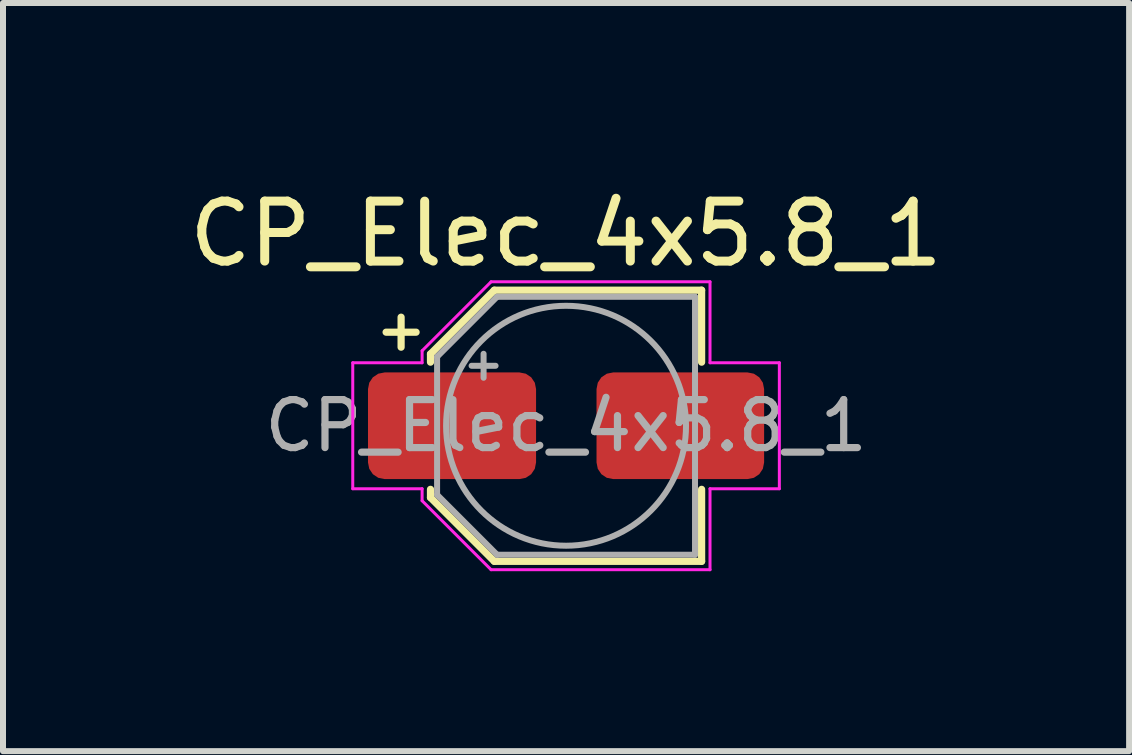
<source format=kicad_pcb>
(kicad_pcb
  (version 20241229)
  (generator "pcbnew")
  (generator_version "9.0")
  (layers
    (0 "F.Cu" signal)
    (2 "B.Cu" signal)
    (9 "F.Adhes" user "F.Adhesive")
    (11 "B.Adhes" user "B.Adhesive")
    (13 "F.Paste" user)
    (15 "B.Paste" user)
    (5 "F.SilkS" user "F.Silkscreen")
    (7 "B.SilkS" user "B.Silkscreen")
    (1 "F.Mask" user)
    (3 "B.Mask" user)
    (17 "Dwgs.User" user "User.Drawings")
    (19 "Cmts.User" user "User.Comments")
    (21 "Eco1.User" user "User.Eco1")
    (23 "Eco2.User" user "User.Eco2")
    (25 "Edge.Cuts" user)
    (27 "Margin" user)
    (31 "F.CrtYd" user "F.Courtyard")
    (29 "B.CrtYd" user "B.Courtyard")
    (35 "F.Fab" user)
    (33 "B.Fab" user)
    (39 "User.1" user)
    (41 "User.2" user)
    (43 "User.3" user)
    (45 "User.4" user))
  (footprint "CP_Elec_4x5.8_1"
    (layer "F.Cu")
    (at 6.387 4.048)
    (property "Reference" "CP_Elec_4x5.8_1" (at 0 -3.2 0) (layer "F.SilkS") (effects (font (size 1 1) (thickness 0.15))))
    (attr smd)
    (fp_line (start -3 -1.56) (end -2.5 -1.56) (stroke (width 0.12) (type solid)) (layer "F.SilkS"))
    (fp_line (start -2.75 -1.81) (end -2.75 -1.31) (stroke (width 0.12) (type solid)) (layer "F.SilkS"))
    (fp_line (start -2.26 -1.196) (end -2.26 -1.06) (stroke (width 0.12) (type solid)) (layer "F.SilkS"))
    (fp_line (start -2.26 -1.196) (end -1.196 -2.26) (stroke (width 0.12) (type solid)) (layer "F.SilkS"))
    (fp_line (start -2.26 1.196) (end -2.26 1.06) (stroke (width 0.12) (type solid)) (layer "F.SilkS"))
    (fp_line (start -2.26 1.196) (end -1.196 2.26) (stroke (width 0.12) (type solid)) (layer "F.SilkS"))
    (fp_line (start -1.196 -2.26) (end 2.26 -2.26) (stroke (width 0.12) (type solid)) (layer "F.SilkS"))
    (fp_line (start -1.196 2.26) (end 2.26 2.26) (stroke (width 0.12) (type solid)) (layer "F.SilkS"))
    (fp_line (start 2.26 -2.26) (end 2.26 -1.06) (stroke (width 0.12) (type solid)) (layer "F.SilkS"))
    (fp_line (start 2.26 2.26) (end 2.26 1.06) (stroke (width 0.12) (type solid)) (layer "F.SilkS"))
    (fp_line (start -3.556 -1.05) (end -3.556 1.05) (stroke (width 0.05) (type solid)) (layer "F.CrtYd"))
    (fp_line (start -3.556 1.05) (end -2.4 1.05) (stroke (width 0.05) (type solid)) (layer "F.CrtYd"))
    (fp_line (start -2.4 -1.25) (end -2.4 -1.05) (stroke (width 0.05) (type solid)) (layer "F.CrtYd"))
    (fp_line (start -2.4 -1.25) (end -1.25 -2.4) (stroke (width 0.05) (type solid)) (layer "F.CrtYd"))
    (fp_line (start -2.4 -1.05) (end -3.556 -1.05) (stroke (width 0.05) (type solid)) (layer "F.CrtYd"))
    (fp_line (start -2.4 1.05) (end -2.4 1.25) (stroke (width 0.05) (type solid)) (layer "F.CrtYd"))
    (fp_line (start -2.4 1.25) (end -1.25 2.4) (stroke (width 0.05) (type solid)) (layer "F.CrtYd"))
    (fp_line (start -1.25 -2.4) (end 2.4 -2.4) (stroke (width 0.05) (type solid)) (layer "F.CrtYd"))
    (fp_line (start -1.25 2.4) (end 2.4 2.4) (stroke (width 0.05) (type solid)) (layer "F.CrtYd"))
    (fp_line (start 2.4 -2.4) (end 2.4 -1.05) (stroke (width 0.05) (type solid)) (layer "F.CrtYd"))
    (fp_line (start 2.4 -1.05) (end 3.556 -1.05) (stroke (width 0.05) (type solid)) (layer "F.CrtYd"))
    (fp_line (start 2.4 1.05) (end 2.4 2.4) (stroke (width 0.05) (type solid)) (layer "F.CrtYd"))
    (fp_line (start 3.556 -1.05) (end 3.556 1.05) (stroke (width 0.05) (type solid)) (layer "F.CrtYd"))
    (fp_line (start 3.556 1.05) (end 2.4 1.05) (stroke (width 0.05) (type solid)) (layer "F.CrtYd"))
    (fp_line (start -2.15 -1.15) (end -2.15 1.15) (stroke (width 0.1) (type solid)) (layer "F.Fab"))
    (fp_line (start -2.15 -1.15) (end -1.15 -2.15) (stroke (width 0.1) (type solid)) (layer "F.Fab"))
    (fp_line (start -2.15 1.15) (end -1.15 2.15) (stroke (width 0.1) (type solid)) (layer "F.Fab"))
    (fp_line (start -1.575 -1) (end -1.175 -1) (stroke (width 0.1) (type solid)) (layer "F.Fab"))
    (fp_line (start -1.375 -1.2) (end -1.375 -0.8) (stroke (width 0.1) (type solid)) (layer "F.Fab"))
    (fp_line (start -1.15 -2.15) (end 2.15 -2.15) (stroke (width 0.1) (type solid)) (layer "F.Fab"))
    (fp_line (start -1.15 2.15) (end 2.15 2.15) (stroke (width 0.1) (type solid)) (layer "F.Fab"))
    (fp_line (start 2.15 -2.15) (end 2.15 2.15) (stroke (width 0.1) (type solid)) (layer "F.Fab"))
    (fp_circle (center 0 0) (end 2 0) (stroke (width 0.1) (type solid)) (fill no) (layer "F.Fab"))
    (fp_text user "${REFERENCE}" (at 0 0 0) (layer "F.Fab") (effects (font (size 0.8 0.8) (thickness 0.12))))
    (pad "1" smd roundrect (at -1.901 0) (size 2.802 1.778) (layers "F.Cu" "F.Mask" "F.Paste") (roundrect_rratio 0.156))
    (pad "2" smd roundrect (at 1.905 0) (size 2.794 1.778) (layers "F.Cu" "F.Mask" "F.Paste") (roundrect_rratio 0.156)))
  (gr_rect
    (start -3 -3)
    (end 15.774 9.473)
    (stroke (width 0.1) (type default))
    (fill no)
    (layer "Edge.Cuts")))
</source>
